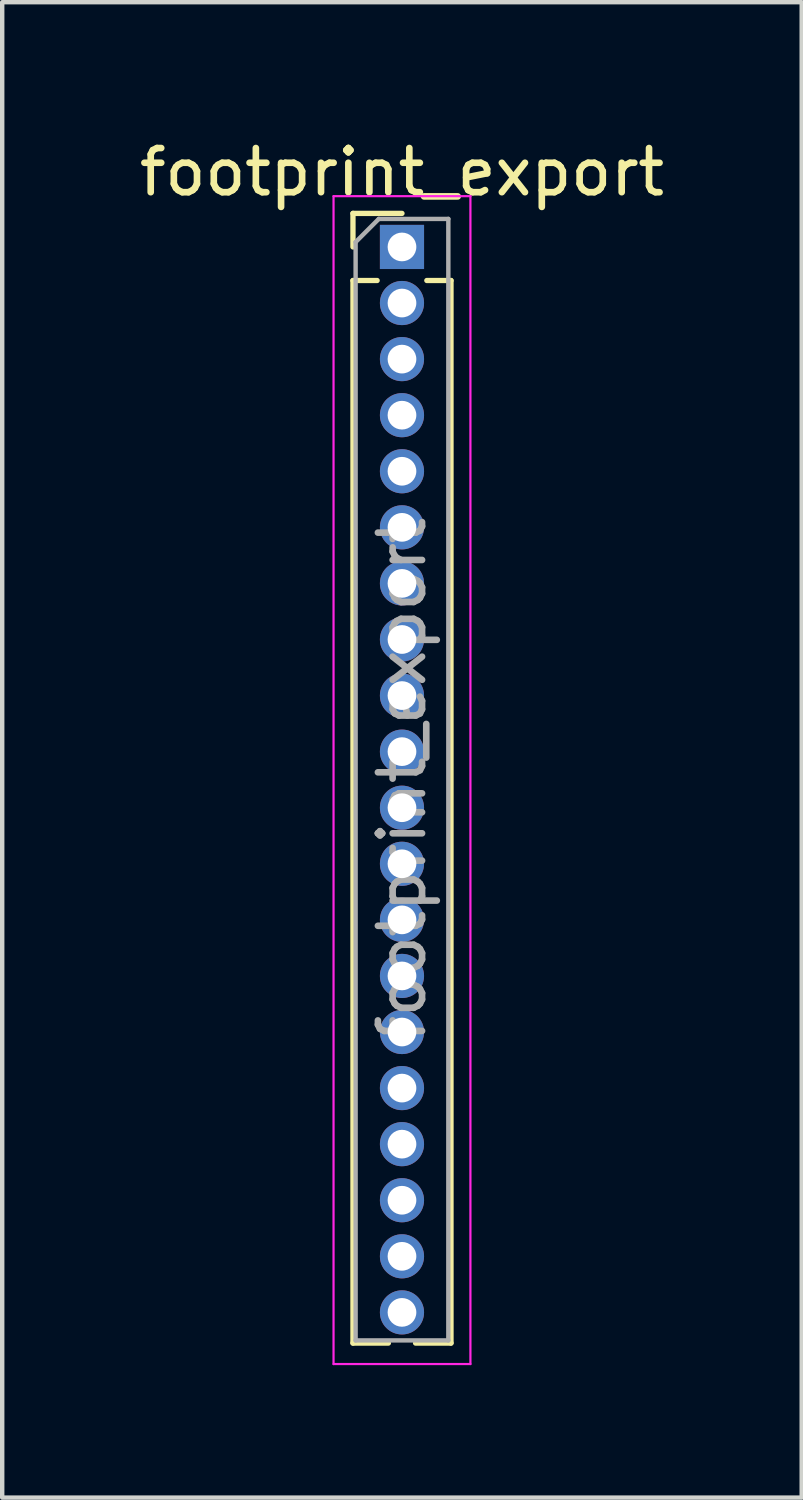
<source format=kicad_pcb>
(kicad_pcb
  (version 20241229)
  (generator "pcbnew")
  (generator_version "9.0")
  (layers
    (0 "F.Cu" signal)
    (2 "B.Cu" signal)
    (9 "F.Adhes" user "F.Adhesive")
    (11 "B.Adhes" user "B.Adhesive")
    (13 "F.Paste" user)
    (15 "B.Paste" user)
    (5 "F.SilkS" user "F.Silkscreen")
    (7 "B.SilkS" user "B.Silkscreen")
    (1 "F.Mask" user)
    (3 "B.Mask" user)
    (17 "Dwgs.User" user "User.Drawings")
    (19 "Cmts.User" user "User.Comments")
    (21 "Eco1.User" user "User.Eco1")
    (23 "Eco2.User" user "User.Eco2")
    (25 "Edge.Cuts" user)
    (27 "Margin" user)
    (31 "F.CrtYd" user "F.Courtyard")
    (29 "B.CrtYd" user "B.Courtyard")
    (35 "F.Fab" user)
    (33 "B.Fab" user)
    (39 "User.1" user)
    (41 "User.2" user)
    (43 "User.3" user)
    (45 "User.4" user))
  (footprint "footprint_export"
    (layer "F.Cu")
    (at 6.054 2.543)
    (property "Reference" "footprint_export" (at 0 -1.695 0) (layer "F.SilkS") (effects (font (size 1 1) (thickness 0.15))))
    (attr through_hole)
    (fp_line (start -1.11 -0.76) (end 0 -0.76) (stroke (width 0.12) (type solid)) (layer "F.SilkS"))
    (fp_line (start -1.11 0) (end -1.11 -0.76) (stroke (width 0.12) (type solid)) (layer "F.SilkS"))
    (fp_line (start -1.11 0.76) (end -1.11 24.825) (stroke (width 0.12) (type solid)) (layer "F.SilkS"))
    (fp_line (start -1.11 0.76) (end -0.563 0.76) (stroke (width 0.12) (type solid)) (layer "F.SilkS"))
    (fp_line (start -1.11 24.825) (end -0.308 24.825) (stroke (width 0.12) (type solid)) (layer "F.SilkS"))
    (fp_line (start 0.308 24.825) (end 1.11 24.825) (stroke (width 0.12) (type solid)) (layer "F.SilkS"))
    (fp_line (start 0.563 0.76) (end 1.11 0.76) (stroke (width 0.12) (type solid)) (layer "F.SilkS"))
    (fp_line (start 1.11 0.76) (end 1.11 24.825) (stroke (width 0.12) (type solid)) (layer "F.SilkS"))
    (fp_line (start -1.55 -1.15) (end -1.55 25.3) (stroke (width 0.05) (type solid)) (layer "F.CrtYd"))
    (fp_line (start -1.55 25.3) (end 1.55 25.3) (stroke (width 0.05) (type solid)) (layer "F.CrtYd"))
    (fp_line (start 1.55 -1.15) (end -1.55 -1.15) (stroke (width 0.05) (type solid)) (layer "F.CrtYd"))
    (fp_line (start 1.55 25.3) (end 1.55 -1.15) (stroke (width 0.05) (type solid)) (layer "F.CrtYd"))
    (fp_line (start -1.05 -0.11) (end -0.525 -0.635) (stroke (width 0.1) (type solid)) (layer "F.Fab"))
    (fp_line (start -1.05 24.765) (end -1.05 -0.11) (stroke (width 0.1) (type solid)) (layer "F.Fab"))
    (fp_line (start -0.525 -0.635) (end 1.05 -0.635) (stroke (width 0.1) (type solid)) (layer "F.Fab"))
    (fp_line (start 1.05 -0.635) (end 1.05 24.765) (stroke (width 0.1) (type solid)) (layer "F.Fab"))
    (fp_line (start 1.05 24.765) (end -1.05 24.765) (stroke (width 0.1) (type solid)) (layer "F.Fab"))
    (fp_text user "${REFERENCE}" (at 0 12.065 90) (layer "F.Fab") (effects (font (size 1 1) (thickness 0.15))))
    (pad "1" thru_hole rect (at 0 0) (size 1 1) (drill 0.65) (layers "*.Cu" "*.Mask"))
    (pad "2" thru_hole oval (at 0 1.27) (size 1 1) (drill 0.65) (layers "*.Cu" "*.Mask"))
    (pad "3" thru_hole oval (at 0 2.54) (size 1 1) (drill 0.65) (layers "*.Cu" "*.Mask"))
    (pad "4" thru_hole oval (at 0 3.81) (size 1 1) (drill 0.65) (layers "*.Cu" "*.Mask"))
    (pad "5" thru_hole oval (at 0 5.08) (size 1 1) (drill 0.65) (layers "*.Cu" "*.Mask"))
    (pad "6" thru_hole oval (at 0 6.35) (size 1 1) (drill 0.65) (layers "*.Cu" "*.Mask"))
    (pad "7" thru_hole oval (at 0 7.62) (size 1 1) (drill 0.65) (layers "*.Cu" "*.Mask"))
    (pad "8" thru_hole oval (at 0 8.89) (size 1 1) (drill 0.65) (layers "*.Cu" "*.Mask"))
    (pad "9" thru_hole oval (at 0 10.16) (size 1 1) (drill 0.65) (layers "*.Cu" "*.Mask"))
    (pad "10" thru_hole oval (at 0 11.43) (size 1 1) (drill 0.65) (layers "*.Cu" "*.Mask"))
    (pad "11" thru_hole oval (at 0 12.7) (size 1 1) (drill 0.65) (layers "*.Cu" "*.Mask"))
    (pad "12" thru_hole oval (at 0 13.97) (size 1 1) (drill 0.65) (layers "*.Cu" "*.Mask"))
    (pad "13" thru_hole oval (at 0 15.24) (size 1 1) (drill 0.65) (layers "*.Cu" "*.Mask"))
    (pad "14" thru_hole oval (at 0 16.51) (size 1 1) (drill 0.65) (layers "*.Cu" "*.Mask"))
    (pad "15" thru_hole oval (at 0 17.78) (size 1 1) (drill 0.65) (layers "*.Cu" "*.Mask"))
    (pad "16" thru_hole oval (at 0 19.05) (size 1 1) (drill 0.65) (layers "*.Cu" "*.Mask"))
    (pad "17" thru_hole oval (at 0 20.32) (size 1 1) (drill 0.65) (layers "*.Cu" "*.Mask"))
    (pad "18" thru_hole oval (at 0 21.59) (size 1 1) (drill 0.65) (layers "*.Cu" "*.Mask"))
    (pad "19" thru_hole oval (at 0 22.86) (size 1 1) (drill 0.65) (layers "*.Cu" "*.Mask"))
    (pad "20" thru_hole oval (at 0 24.13) (size 1 1) (drill 0.65) (layers "*.Cu" "*.Mask")))
  (gr_rect
    (start -3 -3)
    (end 15.107 30.868)
    (stroke (width 0.1) (type default))
    (fill no)
    (layer "Edge.Cuts")))
</source>
